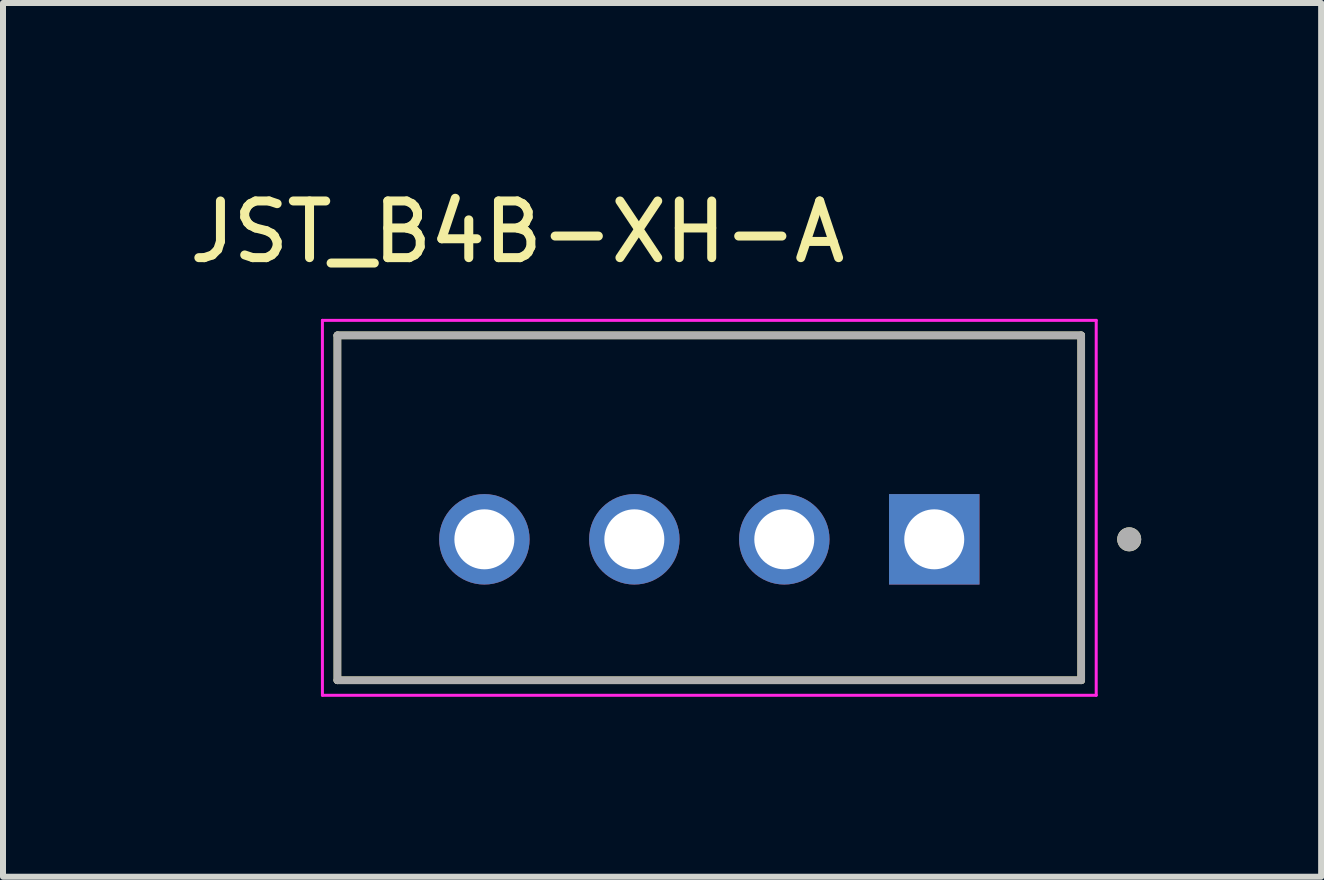
<source format=kicad_pcb>
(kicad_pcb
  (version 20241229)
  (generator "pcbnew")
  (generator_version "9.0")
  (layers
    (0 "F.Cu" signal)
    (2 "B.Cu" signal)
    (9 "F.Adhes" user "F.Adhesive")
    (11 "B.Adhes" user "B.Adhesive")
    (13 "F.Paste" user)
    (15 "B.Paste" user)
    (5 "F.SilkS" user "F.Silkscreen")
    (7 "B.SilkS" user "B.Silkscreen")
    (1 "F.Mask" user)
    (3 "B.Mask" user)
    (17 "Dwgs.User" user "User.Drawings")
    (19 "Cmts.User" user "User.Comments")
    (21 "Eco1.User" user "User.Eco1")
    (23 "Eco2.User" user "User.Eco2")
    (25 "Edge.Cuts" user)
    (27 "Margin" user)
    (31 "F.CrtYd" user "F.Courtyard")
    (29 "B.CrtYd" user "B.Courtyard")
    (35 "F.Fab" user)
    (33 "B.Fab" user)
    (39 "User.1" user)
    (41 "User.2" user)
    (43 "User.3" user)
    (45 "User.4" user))
  (footprint "JST_B4B-XH-A"
    (layer "F.Cu")
    (at 8.775 5.416)
    (property "Reference" "JST_B4B-XH-A" (at -3.2 -4.6 0) (layer "F.SilkS") (effects (font (size 0.945 0.945) (thickness 0.15))))
    (attr through_hole)
    (fp_line (start -6.2 -2.875) (end 6.2 -2.875) (stroke (width 0.127) (type solid)) (layer "F.SilkS"))
    (fp_line (start -6.2 2.875) (end -6.2 -2.875) (stroke (width 0.127) (type solid)) (layer "F.SilkS"))
    (fp_line (start 6.2 -2.875) (end 6.2 2.875) (stroke (width 0.127) (type solid)) (layer "F.SilkS"))
    (fp_line (start 6.2 2.875) (end -6.2 2.875) (stroke (width 0.127) (type solid)) (layer "F.SilkS"))
    (fp_circle (center 7 0.525) (end 7.1 0.525) (stroke (width 0.2) (type solid)) (fill no) (layer "F.SilkS"))
    (fp_line (start -6.45 -3.125) (end 6.45 -3.125) (stroke (width 0.05) (type solid)) (layer "F.CrtYd"))
    (fp_line (start -6.45 3.125) (end -6.45 -3.125) (stroke (width 0.05) (type solid)) (layer "F.CrtYd"))
    (fp_line (start 6.45 -3.125) (end 6.45 3.125) (stroke (width 0.05) (type solid)) (layer "F.CrtYd"))
    (fp_line (start 6.45 3.125) (end -6.45 3.125) (stroke (width 0.05) (type solid)) (layer "F.CrtYd"))
    (fp_line (start -6.2 -2.875) (end 6.2 -2.875) (stroke (width 0.127) (type solid)) (layer "F.Fab"))
    (fp_line (start -6.2 2.875) (end -6.2 -2.875) (stroke (width 0.127) (type solid)) (layer "F.Fab"))
    (fp_line (start 6.2 -2.875) (end 6.2 2.875) (stroke (width 0.127) (type solid)) (layer "F.Fab"))
    (fp_line (start 6.2 2.875) (end -6.2 2.875) (stroke (width 0.127) (type solid)) (layer "F.Fab"))
    (fp_circle (center 7 0.525) (end 7.1 0.525) (stroke (width 0.2) (type solid)) (fill no) (layer "F.Fab"))
    (pad "1" thru_hole rect (at 3.75 0.525) (size 1.508 1.508) (drill 1) (layers "*.Cu" "*.Mask"))
    (pad "2" thru_hole circle (at 1.25 0.525) (size 1.508 1.508) (drill 1) (layers "*.Cu" "*.Mask"))
    (pad "3" thru_hole circle (at -1.25 0.525) (size 1.508 1.508) (drill 1) (layers "*.Cu" "*.Mask"))
    (pad "4" thru_hole circle (at -3.75 0.525) (size 1.508 1.508) (drill 1) (layers "*.Cu" "*.Mask")))
  (gr_rect
    (start -3 -3)
    (end 18.975 11.566)
    (stroke (width 0.1) (type default))
    (fill no)
    (layer "Edge.Cuts")))
</source>
